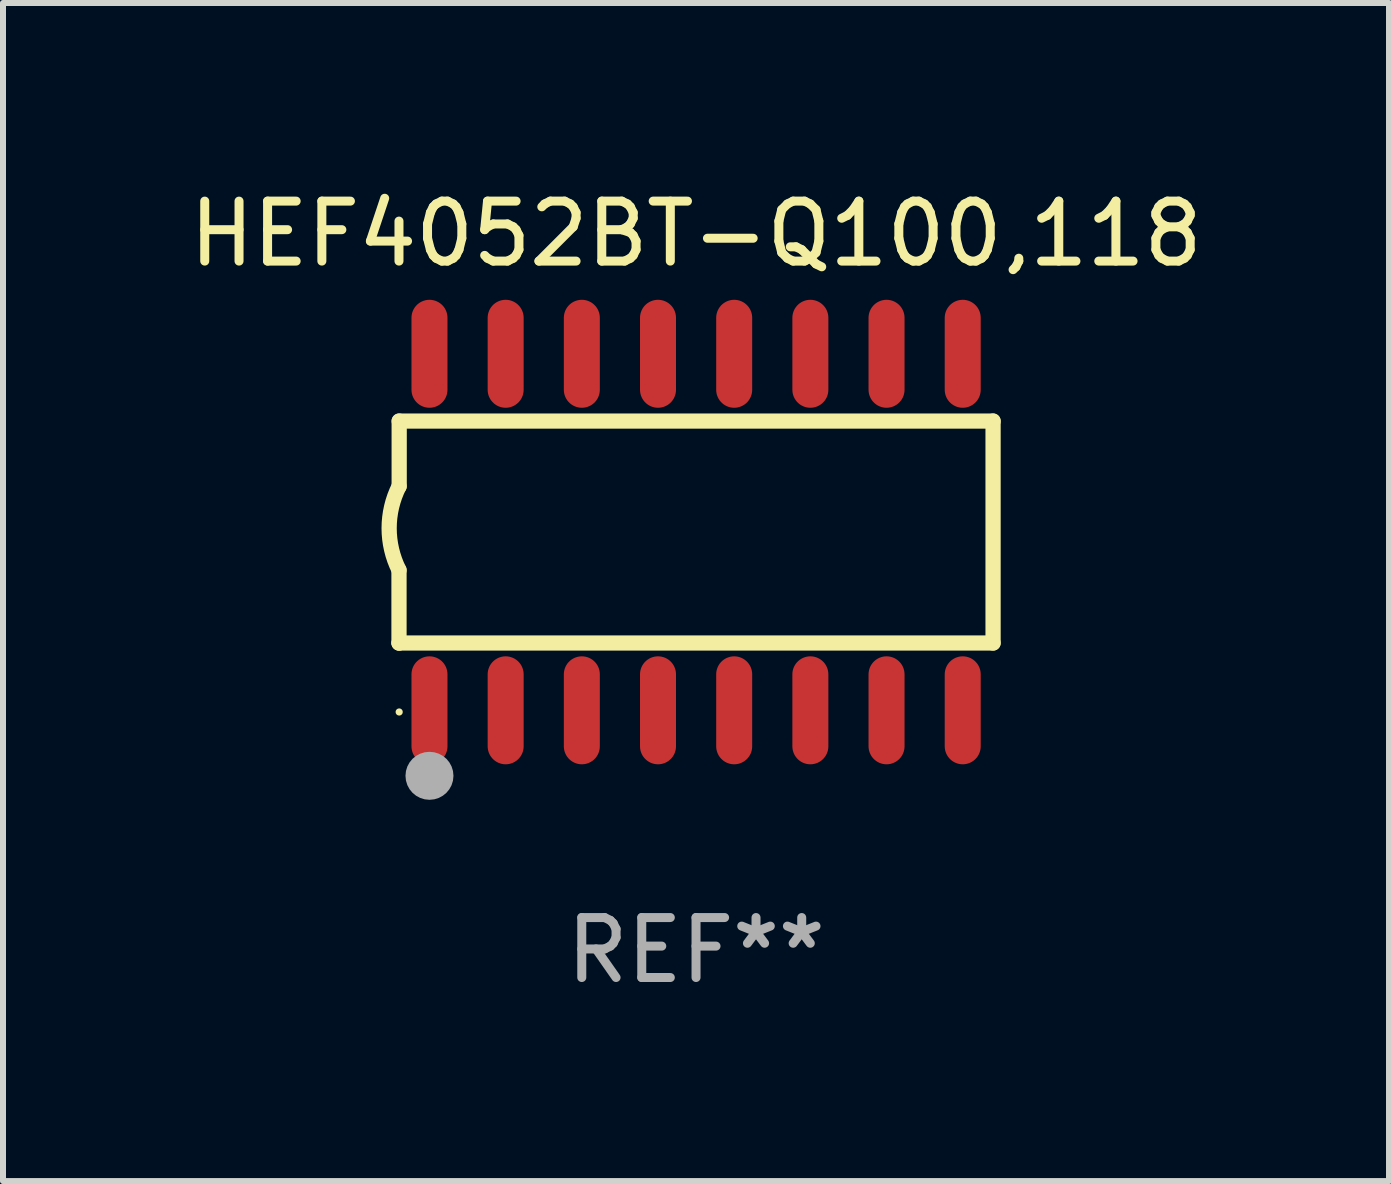
<source format=kicad_pcb>
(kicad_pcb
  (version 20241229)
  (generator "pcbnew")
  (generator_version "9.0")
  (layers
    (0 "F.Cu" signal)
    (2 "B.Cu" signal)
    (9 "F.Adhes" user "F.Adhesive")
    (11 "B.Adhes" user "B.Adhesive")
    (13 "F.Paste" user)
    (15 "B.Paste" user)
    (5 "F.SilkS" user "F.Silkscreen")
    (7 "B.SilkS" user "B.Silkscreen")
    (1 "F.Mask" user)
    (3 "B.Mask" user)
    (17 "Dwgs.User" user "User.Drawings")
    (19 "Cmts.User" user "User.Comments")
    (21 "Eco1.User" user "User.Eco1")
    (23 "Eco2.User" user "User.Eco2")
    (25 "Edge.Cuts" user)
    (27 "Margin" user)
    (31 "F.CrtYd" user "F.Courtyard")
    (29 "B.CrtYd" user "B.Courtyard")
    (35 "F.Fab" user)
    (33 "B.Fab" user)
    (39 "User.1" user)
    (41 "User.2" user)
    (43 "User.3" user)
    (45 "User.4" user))
  (footprint "HEF4052BT-Q100,118"
    (layer "F.Cu")
    (at 8.554 5.82)
    (property "Reference" "HEF4052BT-Q100,118" (at 0 -4.972 0) (layer "F.SilkS") (effects (font (size 1 1) (thickness 0.15))))
    (attr through_hole)
    (fp_line (start -4.952 0.635) (end -4.952 1.85) (stroke (width 0.254) (type solid)) (layer "F.SilkS"))
    (fp_line (start -4.952 1.85) (end -4.949 1.85) (stroke (width 0.254) (type solid)) (layer "F.SilkS"))
    (fp_line (start -4.949 -1.85) (end -4.949 -0.762) (stroke (width 0.254) (type solid)) (layer "F.SilkS"))
    (fp_line (start -4.949 1.85) (end 4.952 1.85) (stroke (width 0.254) (type solid)) (layer "F.SilkS"))
    (fp_line (start 4.952 -1.85) (end -4.949 -1.85) (stroke (width 0.254) (type solid)) (layer "F.SilkS"))
    (fp_line (start 4.952 1.85) (end 4.952 -1.85) (stroke (width 0.254) (type solid)) (layer "F.SilkS"))
    (fp_arc (start -4.951524 0.635001) (mid -5.116418 -0.0635) (end -4.951524 -0.762002) (stroke (width 0.254001) (type solid)) (layer "F.SilkS"))
    (fp_circle (center -4.949 3) (end -4.919 3) (stroke (width 0.06) (type solid)) (fill no) (layer "F.SilkS"))
    (fp_circle (center -4.444 4.064) (end -4.244 4.064) (stroke (width 0.4) (type solid)) (fill no) (layer "F.Fab"))
    (fp_text user "REF**" (at 0 6.972 0) (layer "F.Fab") (effects (font (size 1 1) (thickness 0.15))))
    (pad "1" smd oval (at -4.444 2.972 180) (size 0.6 1.8) (layers "F.Cu" "F.Mask" "F.Paste"))
    (pad "2" smd oval (at -3.174 2.972 180) (size 0.6 1.8) (layers "F.Cu" "F.Mask" "F.Paste"))
    (pad "3" smd oval (at -1.904 2.972 180) (size 0.6 1.8) (layers "F.Cu" "F.Mask" "F.Paste"))
    (pad "4" smd oval (at -0.634 2.972 180) (size 0.6 1.8) (layers "F.Cu" "F.Mask" "F.Paste"))
    (pad "5" smd oval (at 0.636 2.972 180) (size 0.6 1.8) (layers "F.Cu" "F.Mask" "F.Paste"))
    (pad "6" smd oval (at 1.906 2.972 180) (size 0.6 1.8) (layers "F.Cu" "F.Mask" "F.Paste"))
    (pad "7" smd oval (at 3.176 2.972 180) (size 0.6 1.8) (layers "F.Cu" "F.Mask" "F.Paste"))
    (pad "8" smd oval (at 4.446 2.972 180) (size 0.6 1.8) (layers "F.Cu" "F.Mask" "F.Paste"))
    (pad "9" smd oval (at 4.446 -2.972 180) (size 0.6 1.8) (layers "F.Cu" "F.Mask" "F.Paste"))
    (pad "10" smd oval (at 3.176 -2.972 180) (size 0.6 1.8) (layers "F.Cu" "F.Mask" "F.Paste"))
    (pad "11" smd oval (at 1.906 -2.972 180) (size 0.6 1.8) (layers "F.Cu" "F.Mask" "F.Paste"))
    (pad "12" smd oval (at 0.636 -2.972 180) (size 0.6 1.8) (layers "F.Cu" "F.Mask" "F.Paste"))
    (pad "13" smd oval (at -0.634 -2.972 180) (size 0.6 1.8) (layers "F.Cu" "F.Mask" "F.Paste"))
    (pad "14" smd oval (at -1.904 -2.972 180) (size 0.6 1.8) (layers "F.Cu" "F.Mask" "F.Paste"))
    (pad "15" smd oval (at -3.174 -2.972 180) (size 0.6 1.8) (layers "F.Cu" "F.Mask" "F.Paste"))
    (pad "16" smd oval (at -4.444 -2.972 180) (size 0.6 1.8) (layers "F.Cu" "F.Mask" "F.Paste")))
  (gr_rect
    (start -3 -3)
    (end 20.107 16.64)
    (stroke (width 0.1) (type default))
    (fill no)
    (layer "Edge.Cuts")))
</source>
